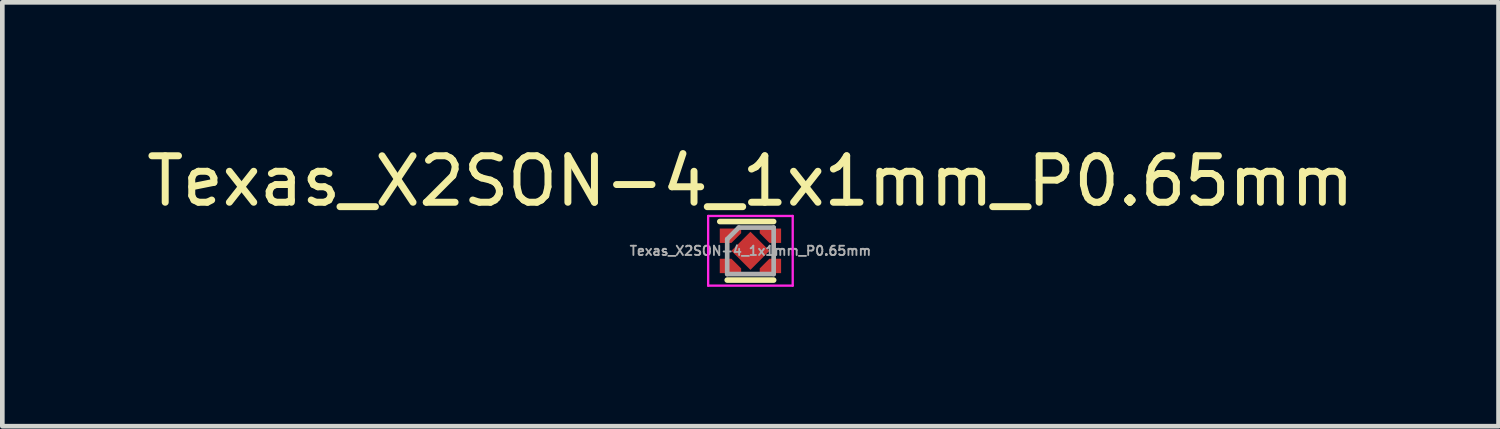
<source format=kicad_pcb>
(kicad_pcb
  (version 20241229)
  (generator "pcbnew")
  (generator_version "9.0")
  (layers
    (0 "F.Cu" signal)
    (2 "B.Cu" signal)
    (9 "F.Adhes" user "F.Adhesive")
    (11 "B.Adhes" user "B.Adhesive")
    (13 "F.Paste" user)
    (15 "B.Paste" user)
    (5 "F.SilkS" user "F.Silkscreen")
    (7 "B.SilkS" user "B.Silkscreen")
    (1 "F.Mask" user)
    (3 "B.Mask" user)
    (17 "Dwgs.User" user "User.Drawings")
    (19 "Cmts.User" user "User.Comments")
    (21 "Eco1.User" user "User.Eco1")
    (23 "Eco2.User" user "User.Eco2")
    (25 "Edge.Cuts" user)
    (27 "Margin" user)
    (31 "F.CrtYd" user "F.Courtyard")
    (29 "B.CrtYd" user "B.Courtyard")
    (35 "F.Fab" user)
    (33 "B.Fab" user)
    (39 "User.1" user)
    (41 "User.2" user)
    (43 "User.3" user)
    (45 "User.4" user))
  (footprint "Texas_X2SON-4_1x1mm_P0.65mm"
    (layer "F.Cu")
    (at 13.101 2.348)
    (property "Reference" "Texas_X2SON-4_1x1mm_P0.65mm" (at 0 -1.5 0) (layer "F.SilkS") (effects (font (size 1 1) (thickness 0.15))))
    (attr smd)
    (fp_line (start -0.66 -0.63) (end 0.5 -0.63) (stroke (width 0.12) (type solid)) (layer "F.SilkS"))
    (fp_line (start -0.5 0.63) (end 0.5 0.63) (stroke (width 0.12) (type solid)) (layer "F.SilkS"))
    (fp_line (start -0.91 -0.75) (end 0.91 -0.75) (stroke (width 0.05) (type solid)) (layer "F.CrtYd"))
    (fp_line (start -0.91 0.75) (end -0.91 -0.75) (stroke (width 0.05) (type solid)) (layer "F.CrtYd"))
    (fp_line (start 0.91 -0.75) (end 0.91 0.75) (stroke (width 0.05) (type solid)) (layer "F.CrtYd"))
    (fp_line (start 0.91 0.75) (end -0.91 0.75) (stroke (width 0.05) (type solid)) (layer "F.CrtYd"))
    (fp_line (start -0.5 -0.25) (end -0.25 -0.5) (stroke (width 0.1) (type solid)) (layer "F.Fab"))
    (fp_line (start -0.5 0.5) (end -0.5 -0.25) (stroke (width 0.1) (type solid)) (layer "F.Fab"))
    (fp_line (start -0.25 -0.5) (end 0.5 -0.5) (stroke (width 0.1) (type solid)) (layer "F.Fab"))
    (fp_line (start 0.5 -0.5) (end 0.5 0.5) (stroke (width 0.1) (type solid)) (layer "F.Fab"))
    (fp_line (start 0.5 0.5) (end -0.5 0.5) (stroke (width 0.1) (type solid)) (layer "F.Fab"))
    (fp_text user "${REFERENCE}" (at 0 0 0) (layer "F.Fab") (effects (font (size 0.2 0.2) (thickness 0.04))))
    (pad "" smd custom (at -0.43 -0.325) (size 0.148 0.148) (layers "F.Mask") (options (anchor circle)) (primitives (gr_poly (pts (xy 0.18 -0.105) (xy 0.18 -0.075) (xy 0 0.105) (xy 0.18 -0.075) (xy 0 0.105) (xy -0.18 0.105) (xy -0.18 -0.105)) (width 0) (fill yes))))
    (pad "" smd custom (at -0.43 -0.325) (size 0.148 0.148) (layers "F.Paste") (options (anchor circle)) (primitives (gr_poly (pts (xy 0 0.105) (xy 0.18 -0.075) (xy 0.18 -0.105) (xy -0.22 -0.105) (xy -0.22 0.105)) (width 0) (fill yes))))
    (pad "" smd custom (at -0.43 0.325) (size 0.148 0.148) (layers "F.Mask") (options (anchor circle)) (primitives (gr_poly (pts (xy 0.18 0.105) (xy 0.18 0.075) (xy 0 -0.105) (xy 0.18 0.075) (xy 0 -0.105) (xy -0.18 -0.105) (xy -0.18 0.105)) (width 0) (fill yes))))
    (pad "" smd custom (at -0.43 0.325) (size 0.148 0.148) (layers "F.Paste") (options (anchor circle)) (primitives (gr_poly (pts (xy 0.18 0.075) (xy 0.18 0.105) (xy -0.22 0.105) (xy -0.22 -0.105) (xy 0 -0.105)) (width 0) (fill yes))))
    (pad "" smd custom (at 0.43 -0.325) (size 0.148 0.148) (layers "F.Mask") (options (anchor circle)) (primitives (gr_poly (pts (xy -0.18 -0.105) (xy -0.18 -0.075) (xy 0 0.105) (xy -0.18 -0.075) (xy 0 0.105) (xy 0.18 0.105) (xy 0.18 -0.105)) (width 0) (fill yes))))
    (pad "" smd custom (at 0.43 -0.325) (size 0.148 0.148) (layers "F.Paste") (options (anchor circle)) (primitives (gr_poly (pts (xy 0.22 -0.105) (xy 0.22 0.105) (xy 0 0.105) (xy -0.18 -0.075) (xy -0.18 -0.105)) (width 0) (fill yes))))
    (pad "" smd custom (at 0.43 0.325) (size 0.148 0.148) (layers "F.Mask") (options (anchor circle)) (primitives (gr_poly (pts (xy -0.18 0.105) (xy -0.18 0.075) (xy 0 -0.105) (xy -0.18 0.075) (xy 0 -0.105) (xy 0.18 -0.105) (xy 0.18 0.105)) (width 0) (fill yes))))
    (pad "" smd custom (at 0.43 0.325) (size 0.148 0.148) (layers "F.Paste") (options (anchor circle)) (primitives (gr_poly (pts (xy 0 -0.105) (xy -0.18 0.075) (xy -0.18 0.105) (xy 0.22 0.105) (xy 0.22 -0.105)) (width 0) (fill yes))))
    (pad "1" smd custom (at -0.43 -0.325) (size 0.148 0.148) (layers "F.Cu") (options (anchor circle)) (primitives (gr_poly (pts (xy 0.23 -0.155) (xy -0.23 -0.155) (xy -0.23 0.155) (xy 0.021 0.155) (xy 0.23 -0.054)) (width 0) (fill yes))))
    (pad "2" smd custom (at -0.43 0.325) (size 0.148 0.148) (layers "F.Cu") (options (anchor circle)) (primitives (gr_poly (pts (xy 0.23 0.054) (xy 0.23 0.155) (xy -0.23 0.155) (xy -0.23 -0.155) (xy 0.021 -0.155)) (width 0) (fill yes))))
    (pad "3" smd custom (at 0.43 0.325) (size 0.148 0.148) (layers "F.Cu") (options (anchor circle)) (primitives (gr_poly (pts (xy 0.23 0.155) (xy 0.23 -0.155) (xy -0.021 -0.155) (xy -0.23 0.054) (xy -0.23 0.155)) (width 0) (fill yes))))
    (pad "4" smd custom (at 0.43 -0.325) (size 0.148 0.148) (layers "F.Cu") (options (anchor circle)) (primitives (gr_poly (pts (xy -0.23 -0.155) (xy 0.23 -0.155) (xy 0.23 0.155) (xy -0.021 0.155) (xy -0.23 -0.054)) (width 0) (fill yes))))
    (pad "5" smd rect (at 0 0 45) (size 0.58 0.58) (layers "F.Cu" "F.Mask" "F.Paste")))
  (gr_rect
    (start -3 -3)
    (end 29.202 6.123)
    (stroke (width 0.1) (type default))
    (fill no)
    (layer "Edge.Cuts")))
</source>
